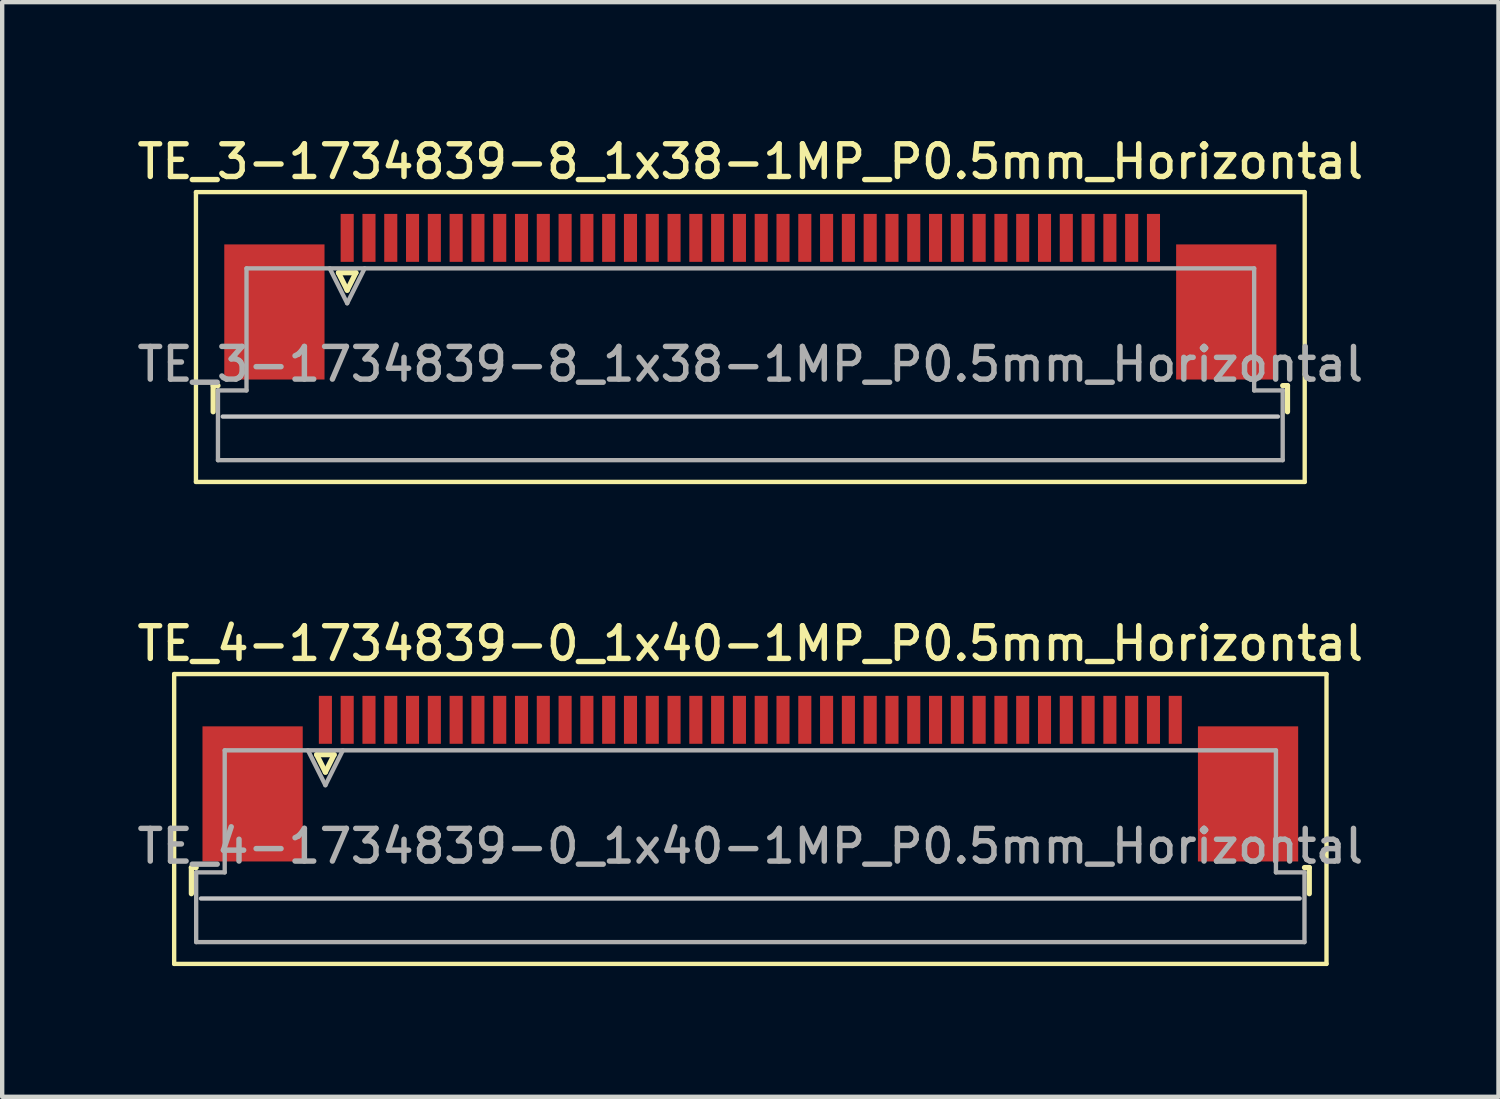
<source format=kicad_pcb>
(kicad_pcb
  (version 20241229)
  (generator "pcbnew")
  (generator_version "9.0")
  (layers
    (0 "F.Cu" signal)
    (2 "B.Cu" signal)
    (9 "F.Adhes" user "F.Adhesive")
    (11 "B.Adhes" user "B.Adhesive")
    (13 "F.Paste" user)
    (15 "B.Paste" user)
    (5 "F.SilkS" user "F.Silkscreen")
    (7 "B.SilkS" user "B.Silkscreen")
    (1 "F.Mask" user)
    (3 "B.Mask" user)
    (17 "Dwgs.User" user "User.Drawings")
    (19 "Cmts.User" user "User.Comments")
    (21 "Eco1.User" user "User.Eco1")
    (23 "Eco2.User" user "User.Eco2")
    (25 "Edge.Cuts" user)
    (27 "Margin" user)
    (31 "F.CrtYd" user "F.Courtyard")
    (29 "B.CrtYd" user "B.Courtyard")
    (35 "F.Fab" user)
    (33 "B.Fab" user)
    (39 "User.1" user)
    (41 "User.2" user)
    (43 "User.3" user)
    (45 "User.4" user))
  (footprint "TE_3-1734839-8_1x38-1MP_P0.5mm_Horizontal"
    (layer "F.Cu")
    (at 14.166 3.758)
    (property "Reference" "TE_3-1734839-8_1x38-1MP_P0.5mm_Horizontal" (at 0 -3.1 0) (layer "F.SilkS") (effects (font (size 0.75 0.75) (thickness 0.125))))
    (attr smd)
    (fp_line (start -12.72 -2.4) (end -12.72 4.25) (stroke (width 0.1) (type solid)) (layer "F.SilkS"))
    (fp_line (start -12.72 4.25) (end 12.72 4.25) (stroke (width 0.1) (type solid)) (layer "F.SilkS"))
    (fp_line (start -12.325 2.04) (end -12.325 2.64) (stroke (width 0.12) (type solid)) (layer "F.SilkS"))
    (fp_line (start -12.215 2.04) (end -12.325 2.04) (stroke (width 0.12) (type solid)) (layer "F.SilkS"))
    (fp_line (start -9.45 -0.55) (end -9.25 -0.15) (stroke (width 0.12) (type solid)) (layer "F.SilkS"))
    (fp_line (start -9.25 -0.15) (end -9.05 -0.55) (stroke (width 0.12) (type solid)) (layer "F.SilkS"))
    (fp_line (start -9.05 -0.55) (end -9.45 -0.55) (stroke (width 0.12) (type solid)) (layer "F.SilkS"))
    (fp_line (start 12.215 2.04) (end 12.325 2.04) (stroke (width 0.12) (type solid)) (layer "F.SilkS"))
    (fp_line (start 12.325 2.04) (end 12.325 2.64) (stroke (width 0.12) (type solid)) (layer "F.SilkS"))
    (fp_line (start 12.72 -2.4) (end -12.72 -2.4) (stroke (width 0.1) (type solid)) (layer "F.SilkS"))
    (fp_line (start 12.72 4.25) (end 12.72 -2.4) (stroke (width 0.1) (type solid)) (layer "F.SilkS"))
    (fp_line (start 12.105 2.75) (end -12.105 2.75) (stroke (width 0.1) (type solid)) (layer "Dwgs.User"))
    (fp_line (start -12.215 2.15) (end -11.56 2.15) (stroke (width 0.1) (type solid)) (layer "F.Fab"))
    (fp_line (start -12.215 3.75) (end -12.215 2.15) (stroke (width 0.1) (type solid)) (layer "F.Fab"))
    (fp_line (start -11.56 -0.65) (end 11.56 -0.65) (stroke (width 0.1) (type solid)) (layer "F.Fab"))
    (fp_line (start -11.56 2.15) (end -11.56 -0.65) (stroke (width 0.1) (type solid)) (layer "F.Fab"))
    (fp_line (start -9.65 -0.65) (end -9.25 0.15) (stroke (width 0.1) (type solid)) (layer "F.Fab"))
    (fp_line (start -9.25 0.15) (end -8.85 -0.65) (stroke (width 0.1) (type solid)) (layer "F.Fab"))
    (fp_line (start 11.56 -0.65) (end 11.56 2.15) (stroke (width 0.1) (type solid)) (layer "F.Fab"))
    (fp_line (start 11.56 2.15) (end 12.215 2.15) (stroke (width 0.1) (type solid)) (layer "F.Fab"))
    (fp_line (start 12.215 2.15) (end 12.215 3.75) (stroke (width 0.1) (type solid)) (layer "F.Fab"))
    (fp_line (start 12.215 3.75) (end -12.215 3.75) (stroke (width 0.1) (type solid)) (layer "F.Fab"))
    (fp_text user "${REFERENCE}" (at 0 1.55 0) (layer "F.Fab") (effects (font (size 0.75 0.75) (thickness 0.125))))
    (pad "1" smd rect (at -9.25 -1.35) (size 0.3 1.1) (layers "F.Cu" "F.Mask" "F.Paste"))
    (pad "2" smd rect (at -8.75 -1.35) (size 0.3 1.1) (layers "F.Cu" "F.Mask" "F.Paste"))
    (pad "3" smd rect (at -8.25 -1.35) (size 0.3 1.1) (layers "F.Cu" "F.Mask" "F.Paste"))
    (pad "4" smd rect (at -7.75 -1.35) (size 0.3 1.1) (layers "F.Cu" "F.Mask" "F.Paste"))
    (pad "5" smd rect (at -7.25 -1.35) (size 0.3 1.1) (layers "F.Cu" "F.Mask" "F.Paste"))
    (pad "6" smd rect (at -6.75 -1.35) (size 0.3 1.1) (layers "F.Cu" "F.Mask" "F.Paste"))
    (pad "7" smd rect (at -6.25 -1.35) (size 0.3 1.1) (layers "F.Cu" "F.Mask" "F.Paste"))
    (pad "8" smd rect (at -5.75 -1.35) (size 0.3 1.1) (layers "F.Cu" "F.Mask" "F.Paste"))
    (pad "9" smd rect (at -5.25 -1.35) (size 0.3 1.1) (layers "F.Cu" "F.Mask" "F.Paste"))
    (pad "10" smd rect (at -4.75 -1.35) (size 0.3 1.1) (layers "F.Cu" "F.Mask" "F.Paste"))
    (pad "11" smd rect (at -4.25 -1.35) (size 0.3 1.1) (layers "F.Cu" "F.Mask" "F.Paste"))
    (pad "12" smd rect (at -3.75 -1.35) (size 0.3 1.1) (layers "F.Cu" "F.Mask" "F.Paste"))
    (pad "13" smd rect (at -3.25 -1.35) (size 0.3 1.1) (layers "F.Cu" "F.Mask" "F.Paste"))
    (pad "14" smd rect (at -2.75 -1.35) (size 0.3 1.1) (layers "F.Cu" "F.Mask" "F.Paste"))
    (pad "15" smd rect (at -2.25 -1.35) (size 0.3 1.1) (layers "F.Cu" "F.Mask" "F.Paste"))
    (pad "16" smd rect (at -1.75 -1.35) (size 0.3 1.1) (layers "F.Cu" "F.Mask" "F.Paste"))
    (pad "17" smd rect (at -1.25 -1.35) (size 0.3 1.1) (layers "F.Cu" "F.Mask" "F.Paste"))
    (pad "18" smd rect (at -0.75 -1.35) (size 0.3 1.1) (layers "F.Cu" "F.Mask" "F.Paste"))
    (pad "19" smd rect (at -0.25 -1.35) (size 0.3 1.1) (layers "F.Cu" "F.Mask" "F.Paste"))
    (pad "20" smd rect (at 0.25 -1.35) (size 0.3 1.1) (layers "F.Cu" "F.Mask" "F.Paste"))
    (pad "21" smd rect (at 0.75 -1.35) (size 0.3 1.1) (layers "F.Cu" "F.Mask" "F.Paste"))
    (pad "22" smd rect (at 1.25 -1.35) (size 0.3 1.1) (layers "F.Cu" "F.Mask" "F.Paste"))
    (pad "23" smd rect (at 1.75 -1.35) (size 0.3 1.1) (layers "F.Cu" "F.Mask" "F.Paste"))
    (pad "24" smd rect (at 2.25 -1.35) (size 0.3 1.1) (layers "F.Cu" "F.Mask" "F.Paste"))
    (pad "25" smd rect (at 2.75 -1.35) (size 0.3 1.1) (layers "F.Cu" "F.Mask" "F.Paste"))
    (pad "26" smd rect (at 3.25 -1.35) (size 0.3 1.1) (layers "F.Cu" "F.Mask" "F.Paste"))
    (pad "27" smd rect (at 3.75 -1.35) (size 0.3 1.1) (layers "F.Cu" "F.Mask" "F.Paste"))
    (pad "28" smd rect (at 4.25 -1.35) (size 0.3 1.1) (layers "F.Cu" "F.Mask" "F.Paste"))
    (pad "29" smd rect (at 4.75 -1.35) (size 0.3 1.1) (layers "F.Cu" "F.Mask" "F.Paste"))
    (pad "30" smd rect (at 5.25 -1.35) (size 0.3 1.1) (layers "F.Cu" "F.Mask" "F.Paste"))
    (pad "31" smd rect (at 5.75 -1.35) (size 0.3 1.1) (layers "F.Cu" "F.Mask" "F.Paste"))
    (pad "32" smd rect (at 6.25 -1.35) (size 0.3 1.1) (layers "F.Cu" "F.Mask" "F.Paste"))
    (pad "33" smd rect (at 6.75 -1.35) (size 0.3 1.1) (layers "F.Cu" "F.Mask" "F.Paste"))
    (pad "34" smd rect (at 7.25 -1.35) (size 0.3 1.1) (layers "F.Cu" "F.Mask" "F.Paste"))
    (pad "35" smd rect (at 7.75 -1.35) (size 0.3 1.1) (layers "F.Cu" "F.Mask" "F.Paste"))
    (pad "36" smd rect (at 8.25 -1.35) (size 0.3 1.1) (layers "F.Cu" "F.Mask" "F.Paste"))
    (pad "37" smd rect (at 8.75 -1.35) (size 0.3 1.1) (layers "F.Cu" "F.Mask" "F.Paste"))
    (pad "38" smd rect (at 9.25 -1.35) (size 0.3 1.1) (layers "F.Cu" "F.Mask" "F.Paste"))
    (pad "MP" smd rect (at -10.92 0.35) (size 2.3 3.1) (layers "F.Cu" "F.Mask" "F.Paste"))
    (pad "MP" smd rect (at 10.92 0.35) (size 2.3 3.1) (layers "F.Cu" "F.Mask" "F.Paste")))
  (footprint "TE_4-1734839-0_1x40-1MP_P0.5mm_Horizontal"
    (layer "F.Cu")
    (at 14.166 14.816)
    (property "Reference" "TE_4-1734839-0_1x40-1MP_P0.5mm_Horizontal" (at 0 -3.1 0) (layer "F.SilkS") (effects (font (size 0.75 0.75) (thickness 0.125))))
    (attr smd)
    (fp_line (start -13.22 -2.4) (end -13.22 4.25) (stroke (width 0.1) (type solid)) (layer "F.SilkS"))
    (fp_line (start -13.22 4.25) (end 13.22 4.25) (stroke (width 0.1) (type solid)) (layer "F.SilkS"))
    (fp_line (start -12.825 2.04) (end -12.825 2.64) (stroke (width 0.12) (type solid)) (layer "F.SilkS"))
    (fp_line (start -12.715 2.04) (end -12.825 2.04) (stroke (width 0.12) (type solid)) (layer "F.SilkS"))
    (fp_line (start -9.95 -0.55) (end -9.75 -0.15) (stroke (width 0.12) (type solid)) (layer "F.SilkS"))
    (fp_line (start -9.75 -0.15) (end -9.55 -0.55) (stroke (width 0.12) (type solid)) (layer "F.SilkS"))
    (fp_line (start -9.55 -0.55) (end -9.95 -0.55) (stroke (width 0.12) (type solid)) (layer "F.SilkS"))
    (fp_line (start 12.715 2.04) (end 12.825 2.04) (stroke (width 0.12) (type solid)) (layer "F.SilkS"))
    (fp_line (start 12.825 2.04) (end 12.825 2.64) (stroke (width 0.12) (type solid)) (layer "F.SilkS"))
    (fp_line (start 13.22 -2.4) (end -13.22 -2.4) (stroke (width 0.1) (type solid)) (layer "F.SilkS"))
    (fp_line (start 13.22 4.25) (end 13.22 -2.4) (stroke (width 0.1) (type solid)) (layer "F.SilkS"))
    (fp_line (start 12.605 2.75) (end -12.605 2.75) (stroke (width 0.1) (type solid)) (layer "Dwgs.User"))
    (fp_line (start -12.715 2.15) (end -12.06 2.15) (stroke (width 0.1) (type solid)) (layer "F.Fab"))
    (fp_line (start -12.715 3.75) (end -12.715 2.15) (stroke (width 0.1) (type solid)) (layer "F.Fab"))
    (fp_line (start -12.06 -0.65) (end 12.06 -0.65) (stroke (width 0.1) (type solid)) (layer "F.Fab"))
    (fp_line (start -12.06 2.15) (end -12.06 -0.65) (stroke (width 0.1) (type solid)) (layer "F.Fab"))
    (fp_line (start -10.15 -0.65) (end -9.75 0.15) (stroke (width 0.1) (type solid)) (layer "F.Fab"))
    (fp_line (start -9.75 0.15) (end -9.35 -0.65) (stroke (width 0.1) (type solid)) (layer "F.Fab"))
    (fp_line (start 12.06 -0.65) (end 12.06 2.15) (stroke (width 0.1) (type solid)) (layer "F.Fab"))
    (fp_line (start 12.06 2.15) (end 12.715 2.15) (stroke (width 0.1) (type solid)) (layer "F.Fab"))
    (fp_line (start 12.715 2.15) (end 12.715 3.75) (stroke (width 0.1) (type solid)) (layer "F.Fab"))
    (fp_line (start 12.715 3.75) (end -12.715 3.75) (stroke (width 0.1) (type solid)) (layer "F.Fab"))
    (fp_text user "${REFERENCE}" (at 0 1.55 0) (layer "F.Fab") (effects (font (size 0.75 0.75) (thickness 0.125))))
    (pad "1" smd rect (at -9.75 -1.35) (size 0.3 1.1) (layers "F.Cu" "F.Mask" "F.Paste"))
    (pad "2" smd rect (at -9.25 -1.35) (size 0.3 1.1) (layers "F.Cu" "F.Mask" "F.Paste"))
    (pad "3" smd rect (at -8.75 -1.35) (size 0.3 1.1) (layers "F.Cu" "F.Mask" "F.Paste"))
    (pad "4" smd rect (at -8.25 -1.35) (size 0.3 1.1) (layers "F.Cu" "F.Mask" "F.Paste"))
    (pad "5" smd rect (at -7.75 -1.35) (size 0.3 1.1) (layers "F.Cu" "F.Mask" "F.Paste"))
    (pad "6" smd rect (at -7.25 -1.35) (size 0.3 1.1) (layers "F.Cu" "F.Mask" "F.Paste"))
    (pad "7" smd rect (at -6.75 -1.35) (size 0.3 1.1) (layers "F.Cu" "F.Mask" "F.Paste"))
    (pad "8" smd rect (at -6.25 -1.35) (size 0.3 1.1) (layers "F.Cu" "F.Mask" "F.Paste"))
    (pad "9" smd rect (at -5.75 -1.35) (size 0.3 1.1) (layers "F.Cu" "F.Mask" "F.Paste"))
    (pad "10" smd rect (at -5.25 -1.35) (size 0.3 1.1) (layers "F.Cu" "F.Mask" "F.Paste"))
    (pad "11" smd rect (at -4.75 -1.35) (size 0.3 1.1) (layers "F.Cu" "F.Mask" "F.Paste"))
    (pad "12" smd rect (at -4.25 -1.35) (size 0.3 1.1) (layers "F.Cu" "F.Mask" "F.Paste"))
    (pad "13" smd rect (at -3.75 -1.35) (size 0.3 1.1) (layers "F.Cu" "F.Mask" "F.Paste"))
    (pad "14" smd rect (at -3.25 -1.35) (size 0.3 1.1) (layers "F.Cu" "F.Mask" "F.Paste"))
    (pad "15" smd rect (at -2.75 -1.35) (size 0.3 1.1) (layers "F.Cu" "F.Mask" "F.Paste"))
    (pad "16" smd rect (at -2.25 -1.35) (size 0.3 1.1) (layers "F.Cu" "F.Mask" "F.Paste"))
    (pad "17" smd rect (at -1.75 -1.35) (size 0.3 1.1) (layers "F.Cu" "F.Mask" "F.Paste"))
    (pad "18" smd rect (at -1.25 -1.35) (size 0.3 1.1) (layers "F.Cu" "F.Mask" "F.Paste"))
    (pad "19" smd rect (at -0.75 -1.35) (size 0.3 1.1) (layers "F.Cu" "F.Mask" "F.Paste"))
    (pad "20" smd rect (at -0.25 -1.35) (size 0.3 1.1) (layers "F.Cu" "F.Mask" "F.Paste"))
    (pad "21" smd rect (at 0.25 -1.35) (size 0.3 1.1) (layers "F.Cu" "F.Mask" "F.Paste"))
    (pad "22" smd rect (at 0.75 -1.35) (size 0.3 1.1) (layers "F.Cu" "F.Mask" "F.Paste"))
    (pad "23" smd rect (at 1.25 -1.35) (size 0.3 1.1) (layers "F.Cu" "F.Mask" "F.Paste"))
    (pad "24" smd rect (at 1.75 -1.35) (size 0.3 1.1) (layers "F.Cu" "F.Mask" "F.Paste"))
    (pad "25" smd rect (at 2.25 -1.35) (size 0.3 1.1) (layers "F.Cu" "F.Mask" "F.Paste"))
    (pad "26" smd rect (at 2.75 -1.35) (size 0.3 1.1) (layers "F.Cu" "F.Mask" "F.Paste"))
    (pad "27" smd rect (at 3.25 -1.35) (size 0.3 1.1) (layers "F.Cu" "F.Mask" "F.Paste"))
    (pad "28" smd rect (at 3.75 -1.35) (size 0.3 1.1) (layers "F.Cu" "F.Mask" "F.Paste"))
    (pad "29" smd rect (at 4.25 -1.35) (size 0.3 1.1) (layers "F.Cu" "F.Mask" "F.Paste"))
    (pad "30" smd rect (at 4.75 -1.35) (size 0.3 1.1) (layers "F.Cu" "F.Mask" "F.Paste"))
    (pad "31" smd rect (at 5.25 -1.35) (size 0.3 1.1) (layers "F.Cu" "F.Mask" "F.Paste"))
    (pad "32" smd rect (at 5.75 -1.35) (size 0.3 1.1) (layers "F.Cu" "F.Mask" "F.Paste"))
    (pad "33" smd rect (at 6.25 -1.35) (size 0.3 1.1) (layers "F.Cu" "F.Mask" "F.Paste"))
    (pad "34" smd rect (at 6.75 -1.35) (size 0.3 1.1) (layers "F.Cu" "F.Mask" "F.Paste"))
    (pad "35" smd rect (at 7.25 -1.35) (size 0.3 1.1) (layers "F.Cu" "F.Mask" "F.Paste"))
    (pad "36" smd rect (at 7.75 -1.35) (size 0.3 1.1) (layers "F.Cu" "F.Mask" "F.Paste"))
    (pad "37" smd rect (at 8.25 -1.35) (size 0.3 1.1) (layers "F.Cu" "F.Mask" "F.Paste"))
    (pad "38" smd rect (at 8.75 -1.35) (size 0.3 1.1) (layers "F.Cu" "F.Mask" "F.Paste"))
    (pad "39" smd rect (at 9.25 -1.35) (size 0.3 1.1) (layers "F.Cu" "F.Mask" "F.Paste"))
    (pad "40" smd rect (at 9.75 -1.35) (size 0.3 1.1) (layers "F.Cu" "F.Mask" "F.Paste"))
    (pad "MP" smd rect (at -11.42 0.35) (size 2.3 3.1) (layers "F.Cu" "F.Mask" "F.Paste"))
    (pad "MP" smd rect (at 11.42 0.35) (size 2.3 3.1) (layers "F.Cu" "F.Mask" "F.Paste")))
  (gr_rect
    (start -3 -3)
    (end 31.332 22.116)
    (stroke (width 0.1) (type default))
    (fill no)
    (layer "Edge.Cuts")))
</source>
